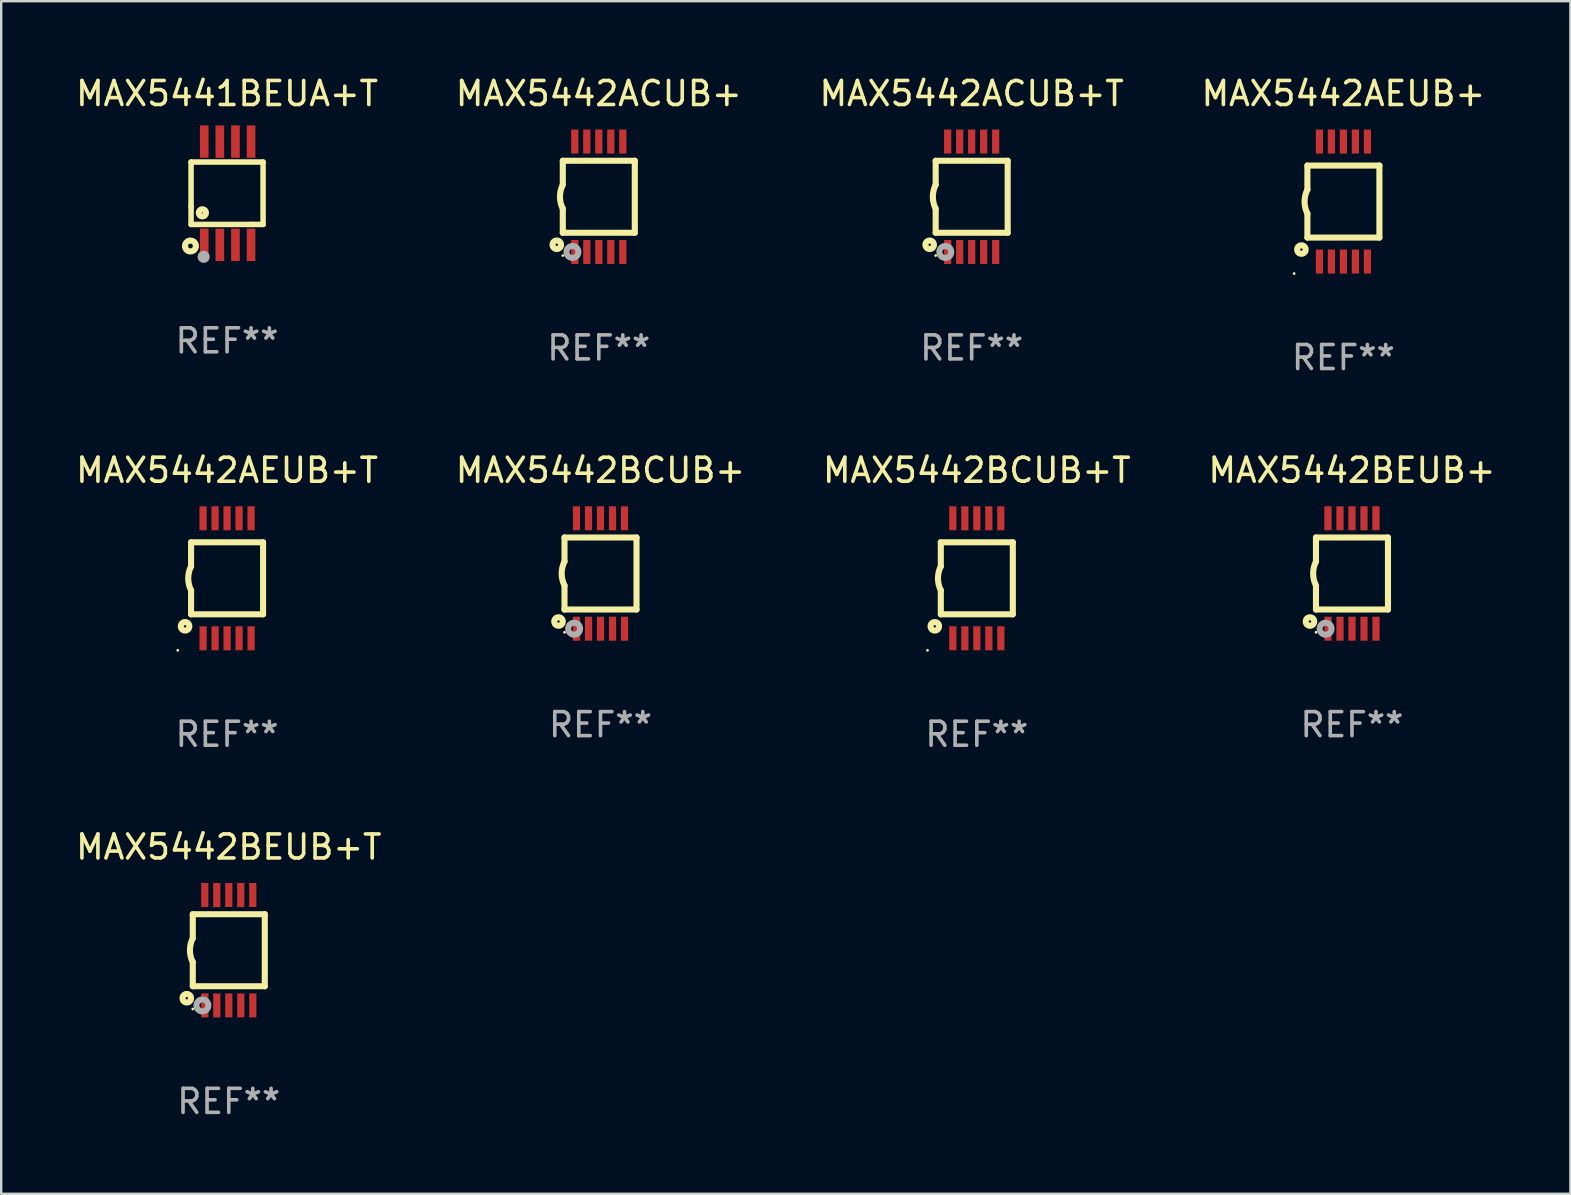
<source format=kicad_pcb>
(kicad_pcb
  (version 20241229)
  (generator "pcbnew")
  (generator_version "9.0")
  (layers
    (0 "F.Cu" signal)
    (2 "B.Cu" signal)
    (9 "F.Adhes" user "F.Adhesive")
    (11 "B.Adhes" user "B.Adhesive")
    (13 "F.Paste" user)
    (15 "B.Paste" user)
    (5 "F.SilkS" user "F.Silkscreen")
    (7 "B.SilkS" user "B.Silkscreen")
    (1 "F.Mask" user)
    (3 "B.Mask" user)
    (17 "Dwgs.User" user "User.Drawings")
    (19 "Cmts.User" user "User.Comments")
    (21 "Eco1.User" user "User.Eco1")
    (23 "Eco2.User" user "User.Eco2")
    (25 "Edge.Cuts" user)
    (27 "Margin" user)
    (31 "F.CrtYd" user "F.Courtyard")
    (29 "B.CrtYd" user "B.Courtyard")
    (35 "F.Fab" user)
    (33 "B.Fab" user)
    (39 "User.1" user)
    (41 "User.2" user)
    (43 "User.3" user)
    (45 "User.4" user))
  (footprint "MAX5442ACUB+T"
    (layer "F.Cu")
    (at 37.435 5.148)
    (property "Reference" "MAX5442ACUB+T" (at 0 -4.3 0) (layer "F.SilkS") (effects (font (size 1 1) (thickness 0.15))))
    (attr through_hole)
    (fp_line (start -1.5 -1.5) (end -1.5 -0.5) (stroke (width 0.254) (type solid)) (layer "F.SilkS"))
    (fp_line (start -1.5 1.5) (end -1.5 0.5) (stroke (width 0.254) (type solid)) (layer "F.SilkS"))
    (fp_line (start -1.5 1.5) (end 1.5 1.5) (stroke (width 0.254) (type solid)) (layer "F.SilkS"))
    (fp_line (start 1.5 1.5) (end 1.5 -1.5) (stroke (width 0.254) (type solid)) (layer "F.SilkS"))
    (fp_line (start 1.5 -1.5) (end -1.5 -1.5) (stroke (width 0.254) (type solid)) (layer "F.SilkS"))
    (fp_arc (start -1.500165 0.5) (mid -1.618199 0) (end -1.500165 -0.5) (stroke (width 0.254001) (type solid)) (layer "F.SilkS"))
    (fp_circle (center -1.75 2) (end -1.573 2) (stroke (width 0.254) (type solid)) (fill no) (layer "F.SilkS"))
    (fp_circle (center -1.499 2.45) (end -1.469 2.45) (stroke (width 0.06) (type solid)) (fill no) (layer "F.SilkS"))
    (fp_circle (center -1.099 2.3) (end -0.975 2.3) (stroke (width 0.25) (type solid)) (fill no) (layer "F.Fab"))
    (fp_text user "REF**" (at 0 6.3 0) (layer "F.Fab") (effects (font (size 1 1) (thickness 0.15))))
    (pad "1" smd rect (at -0.999 2.3 180) (size 0.3 1) (layers "F.Cu" "F.Mask" "F.Paste"))
    (pad "2" smd rect (at -0.499 2.3 180) (size 0.3 1) (layers "F.Cu" "F.Mask" "F.Paste"))
    (pad "3" smd rect (at 0.001 2.3 180) (size 0.3 1) (layers "F.Cu" "F.Mask" "F.Paste"))
    (pad "4" smd rect (at 0.501 2.3 180) (size 0.3 1) (layers "F.Cu" "F.Mask" "F.Paste"))
    (pad "5" smd rect (at 1.001 2.3 180) (size 0.3 1) (layers "F.Cu" "F.Mask" "F.Paste"))
    (pad "6" smd rect (at 1 -2.3 180) (size 0.3 1) (layers "F.Cu" "F.Mask" "F.Paste"))
    (pad "7" smd rect (at 0.5 -2.3 180) (size 0.3 1) (layers "F.Cu" "F.Mask" "F.Paste"))
    (pad "8" smd rect (at -0.000165 -2.3 180) (size 0.3 1) (layers "F.Cu" "F.Mask" "F.Paste"))
    (pad "9" smd rect (at -0.5 -2.3 180) (size 0.3 1) (layers "F.Cu" "F.Mask" "F.Paste"))
    (pad "10" smd rect (at -1 -2.3 180) (size 0.3 1) (layers "F.Cu" "F.Mask" "F.Paste")))
  (footprint "MAX5441BEUA+T"
    (layer "F.Cu")
    (at 6.411 5)
    (property "Reference" "MAX5441BEUA+T" (at 0 -4.152 0) (layer "F.SilkS") (effects (font (size 1 1) (thickness 0.15))))
    (attr through_hole)
    (fp_line (start -1.5 1.301) (end 1 1.301) (stroke (width 0.229) (type solid)) (layer "F.SilkS"))
    (fp_line (start -1.5 -1.299) (end -1.5 0.551) (stroke (width 0.229) (type solid)) (layer "F.SilkS"))
    (fp_line (start -1.5 0.551) (end -1.5 1.301) (stroke (width 0.229) (type solid)) (layer "F.SilkS"))
    (fp_line (start 1 1.301) (end 1.5 1.301) (stroke (width 0.229) (type solid)) (layer "F.SilkS"))
    (fp_line (start 1.5 1.301) (end 1.5 -1.299) (stroke (width 0.229) (type solid)) (layer "F.SilkS"))
    (fp_line (start 1.5 -1.299) (end -1.5 -1.299) (stroke (width 0.229) (type solid)) (layer "F.SilkS"))
    (fp_circle (center -1.526 2.2) (end -1.426 2.2) (stroke (width 0.254) (type solid)) (fill no) (layer "F.SilkS"))
    (fp_circle (center -1.476 2.45) (end -1.446 2.45) (stroke (width 0.06) (type solid)) (fill no) (layer "F.SilkS"))
    (fp_circle (center -1.028 0.817) (end -0.878 0.817) (stroke (width 0.254) (type solid)) (fill no) (layer "F.SilkS"))
    (fp_circle (center -0.976 2.65) (end -0.849 2.65) (stroke (width 0.254) (type solid)) (fill no) (layer "F.Fab"))
    (fp_text user "REF**" (at 0 6.152 0) (layer "F.Fab") (effects (font (size 1 1) (thickness 0.15))))
    (pad "1" smd rect (at -0.951 2.15) (size 0.36 1.35) (layers "F.Cu" "F.Mask" "F.Paste"))
    (pad "2" smd rect (at -0.301 2.152) (size 0.36 1.35) (layers "F.Cu" "F.Mask" "F.Paste"))
    (pad "3" smd rect (at 0.349 2.151) (size 0.36 1.35) (layers "F.Cu" "F.Mask" "F.Paste"))
    (pad "4" smd rect (at 0.999 2.152) (size 0.36 1.35) (layers "F.Cu" "F.Mask" "F.Paste"))
    (pad "5" smd rect (at 0.999 -2.149) (size 0.36 1.35) (layers "F.Cu" "F.Mask" "F.Paste"))
    (pad "6" smd rect (at 0.349 -2.152) (size 0.36 1.35) (layers "F.Cu" "F.Mask" "F.Paste"))
    (pad "7" smd rect (at -0.301 -2.149) (size 0.36 1.35) (layers "F.Cu" "F.Mask" "F.Paste"))
    (pad "8" smd rect (at -0.951 -2.152) (size 0.36 1.35) (layers "F.Cu" "F.Mask" "F.Paste")))
  (footprint "MAX5442ACUB+"
    (layer "F.Cu")
    (at 21.899 5.148)
    (property "Reference" "MAX5442ACUB+" (at 0 -4.3 0) (layer "F.SilkS") (effects (font (size 1 1) (thickness 0.15))))
    (attr through_hole)
    (fp_line (start -1.5 -1.5) (end -1.5 -0.5) (stroke (width 0.254) (type solid)) (layer "F.SilkS"))
    (fp_line (start -1.5 1.5) (end -1.5 0.5) (stroke (width 0.254) (type solid)) (layer "F.SilkS"))
    (fp_line (start -1.5 1.5) (end 1.5 1.5) (stroke (width 0.254) (type solid)) (layer "F.SilkS"))
    (fp_line (start 1.5 1.5) (end 1.5 -1.5) (stroke (width 0.254) (type solid)) (layer "F.SilkS"))
    (fp_line (start 1.5 -1.5) (end -1.5 -1.5) (stroke (width 0.254) (type solid)) (layer "F.SilkS"))
    (fp_arc (start -1.500165 0.5) (mid -1.618199 0) (end -1.500165 -0.5) (stroke (width 0.254001) (type solid)) (layer "F.SilkS"))
    (fp_circle (center -1.75 2) (end -1.573 2) (stroke (width 0.254) (type solid)) (fill no) (layer "F.SilkS"))
    (fp_circle (center -1.499 2.45) (end -1.469 2.45) (stroke (width 0.06) (type solid)) (fill no) (layer "F.SilkS"))
    (fp_circle (center -1.099 2.3) (end -0.975 2.3) (stroke (width 0.25) (type solid)) (fill no) (layer "F.Fab"))
    (fp_text user "REF**" (at 0 6.3 0) (layer "F.Fab") (effects (font (size 1 1) (thickness 0.15))))
    (pad "1" smd rect (at -0.999 2.3 180) (size 0.3 1) (layers "F.Cu" "F.Mask" "F.Paste"))
    (pad "2" smd rect (at -0.499 2.3 180) (size 0.3 1) (layers "F.Cu" "F.Mask" "F.Paste"))
    (pad "3" smd rect (at 0.001 2.3 180) (size 0.3 1) (layers "F.Cu" "F.Mask" "F.Paste"))
    (pad "4" smd rect (at 0.501 2.3 180) (size 0.3 1) (layers "F.Cu" "F.Mask" "F.Paste"))
    (pad "5" smd rect (at 1.001 2.3 180) (size 0.3 1) (layers "F.Cu" "F.Mask" "F.Paste"))
    (pad "6" smd rect (at 1 -2.3 180) (size 0.3 1) (layers "F.Cu" "F.Mask" "F.Paste"))
    (pad "7" smd rect (at 0.5 -2.3 180) (size 0.3 1) (layers "F.Cu" "F.Mask" "F.Paste"))
    (pad "8" smd rect (at -0.000165 -2.3 180) (size 0.3 1) (layers "F.Cu" "F.Mask" "F.Paste"))
    (pad "9" smd rect (at -0.5 -2.3 180) (size 0.3 1) (layers "F.Cu" "F.Mask" "F.Paste"))
    (pad "10" smd rect (at -1 -2.3 180) (size 0.3 1) (layers "F.Cu" "F.Mask" "F.Paste")))
  (footprint "MAX5442AEUB+T"
    (layer "F.Cu")
    (at 6.411 21.045)
    (property "Reference" "MAX5442AEUB+T" (at 0 -4.5 0) (layer "F.SilkS") (effects (font (size 1 1) (thickness 0.15))))
    (attr through_hole)
    (fp_line (start -1.5 -1.5) (end -1.5 -0.5) (stroke (width 0.254) (type solid)) (layer "F.SilkS"))
    (fp_line (start -1.5 1.5) (end -1.5 0.5) (stroke (width 0.254) (type solid)) (layer "F.SilkS"))
    (fp_line (start -1.5 1.5) (end 1.5 1.5) (stroke (width 0.254) (type solid)) (layer "F.SilkS"))
    (fp_line (start 1.5 1.5) (end 1.5 -1.5) (stroke (width 0.254) (type solid)) (layer "F.SilkS"))
    (fp_line (start 1.5 -1.5) (end -1.5 -1.5) (stroke (width 0.254) (type solid)) (layer "F.SilkS"))
    (fp_arc (start -1.500165 0.499873) (mid -1.618199 -0.000127) (end -1.500165 -0.500127) (stroke (width 0.254001) (type solid)) (layer "F.SilkS"))
    (fp_circle (center -2.054 3) (end -2.024 3) (stroke (width 0.06) (type solid)) (fill no) (layer "F.SilkS"))
    (fp_circle (center -1.75 2) (end -1.573 2) (stroke (width 0.254) (type solid)) (fill no) (layer "F.SilkS"))
    (fp_text user "REF**" (at 0 6.5 0) (layer "F.Fab") (effects (font (size 1 1) (thickness 0.15))))
    (pad "1" smd rect (at -0.999 2.5 180) (size 0.3 1) (layers "F.Cu" "F.Mask" "F.Paste"))
    (pad "2" smd rect (at -0.499 2.5 180) (size 0.3 1) (layers "F.Cu" "F.Mask" "F.Paste"))
    (pad "3" smd rect (at 0.001 2.5 180) (size 0.3 1) (layers "F.Cu" "F.Mask" "F.Paste"))
    (pad "4" smd rect (at 0.501 2.5 180) (size 0.3 1) (layers "F.Cu" "F.Mask" "F.Paste"))
    (pad "5" smd rect (at 1.001 2.5 180) (size 0.3 1) (layers "F.Cu" "F.Mask" "F.Paste"))
    (pad "6" smd rect (at 1 -2.5 180) (size 0.3 1) (layers "F.Cu" "F.Mask" "F.Paste"))
    (pad "7" smd rect (at 0.5 -2.5 180) (size 0.3 1) (layers "F.Cu" "F.Mask" "F.Paste"))
    (pad "8" smd rect (at -0.000165 -2.5 180) (size 0.3 1) (layers "F.Cu" "F.Mask" "F.Paste"))
    (pad "9" smd rect (at -0.5 -2.5 180) (size 0.3 1) (layers "F.Cu" "F.Mask" "F.Paste"))
    (pad "10" smd rect (at -1 -2.5 180) (size 0.3 1) (layers "F.Cu" "F.Mask" "F.Paste")))
  (footprint "MAX5442BEUB+"
    (layer "F.Cu")
    (at 53.28 20.845)
    (property "Reference" "MAX5442BEUB+" (at 0 -4.3 0) (layer "F.SilkS") (effects (font (size 1 1) (thickness 0.15))))
    (attr through_hole)
    (fp_line (start -1.5 -1.5) (end -1.5 -0.5) (stroke (width 0.254) (type solid)) (layer "F.SilkS"))
    (fp_line (start -1.5 1.5) (end -1.5 0.5) (stroke (width 0.254) (type solid)) (layer "F.SilkS"))
    (fp_line (start -1.5 1.5) (end 1.5 1.5) (stroke (width 0.254) (type solid)) (layer "F.SilkS"))
    (fp_line (start 1.5 1.5) (end 1.5 -1.5) (stroke (width 0.254) (type solid)) (layer "F.SilkS"))
    (fp_line (start 1.5 -1.5) (end -1.5 -1.5) (stroke (width 0.254) (type solid)) (layer "F.SilkS"))
    (fp_arc (start -1.500165 0.5) (mid -1.618199 0) (end -1.500165 -0.5) (stroke (width 0.254001) (type solid)) (layer "F.SilkS"))
    (fp_circle (center -1.75 2) (end -1.573 2) (stroke (width 0.254) (type solid)) (fill no) (layer "F.SilkS"))
    (fp_circle (center -1.499 2.45) (end -1.469 2.45) (stroke (width 0.06) (type solid)) (fill no) (layer "F.SilkS"))
    (fp_circle (center -1.099 2.3) (end -0.975 2.3) (stroke (width 0.25) (type solid)) (fill no) (layer "F.Fab"))
    (fp_text user "REF**" (at 0 6.3 0) (layer "F.Fab") (effects (font (size 1 1) (thickness 0.15))))
    (pad "1" smd rect (at -0.999 2.3 180) (size 0.3 1) (layers "F.Cu" "F.Mask" "F.Paste"))
    (pad "2" smd rect (at -0.499 2.3 180) (size 0.3 1) (layers "F.Cu" "F.Mask" "F.Paste"))
    (pad "3" smd rect (at 0.001 2.3 180) (size 0.3 1) (layers "F.Cu" "F.Mask" "F.Paste"))
    (pad "4" smd rect (at 0.501 2.3 180) (size 0.3 1) (layers "F.Cu" "F.Mask" "F.Paste"))
    (pad "5" smd rect (at 1.001 2.3 180) (size 0.3 1) (layers "F.Cu" "F.Mask" "F.Paste"))
    (pad "6" smd rect (at 1 -2.3 180) (size 0.3 1) (layers "F.Cu" "F.Mask" "F.Paste"))
    (pad "7" smd rect (at 0.5 -2.3 180) (size 0.3 1) (layers "F.Cu" "F.Mask" "F.Paste"))
    (pad "8" smd rect (at -0.000165 -2.3 180) (size 0.3 1) (layers "F.Cu" "F.Mask" "F.Paste"))
    (pad "9" smd rect (at -0.5 -2.3 180) (size 0.3 1) (layers "F.Cu" "F.Mask" "F.Paste"))
    (pad "10" smd rect (at -1 -2.3 180) (size 0.3 1) (layers "F.Cu" "F.Mask" "F.Paste")))
  (footprint "MAX5442BCUB+T"
    (layer "F.Cu")
    (at 37.649 21.045)
    (property "Reference" "MAX5442BCUB+T" (at 0 -4.5 0) (layer "F.SilkS") (effects (font (size 1 1) (thickness 0.15))))
    (attr through_hole)
    (fp_line (start -1.5 -1.5) (end -1.5 -0.5) (stroke (width 0.254) (type solid)) (layer "F.SilkS"))
    (fp_line (start -1.5 1.5) (end -1.5 0.5) (stroke (width 0.254) (type solid)) (layer "F.SilkS"))
    (fp_line (start -1.5 1.5) (end 1.5 1.5) (stroke (width 0.254) (type solid)) (layer "F.SilkS"))
    (fp_line (start 1.5 1.5) (end 1.5 -1.5) (stroke (width 0.254) (type solid)) (layer "F.SilkS"))
    (fp_line (start 1.5 -1.5) (end -1.5 -1.5) (stroke (width 0.254) (type solid)) (layer "F.SilkS"))
    (fp_arc (start -1.500165 0.499873) (mid -1.618199 -0.000127) (end -1.500165 -0.500127) (stroke (width 0.254001) (type solid)) (layer "F.SilkS"))
    (fp_circle (center -2.054 3) (end -2.024 3) (stroke (width 0.06) (type solid)) (fill no) (layer "F.SilkS"))
    (fp_circle (center -1.75 2) (end -1.573 2) (stroke (width 0.254) (type solid)) (fill no) (layer "F.SilkS"))
    (fp_text user "REF**" (at 0 6.5 0) (layer "F.Fab") (effects (font (size 1 1) (thickness 0.15))))
    (pad "1" smd rect (at -0.999 2.5 180) (size 0.3 1) (layers "F.Cu" "F.Mask" "F.Paste"))
    (pad "2" smd rect (at -0.499 2.5 180) (size 0.3 1) (layers "F.Cu" "F.Mask" "F.Paste"))
    (pad "3" smd rect (at 0.001 2.5 180) (size 0.3 1) (layers "F.Cu" "F.Mask" "F.Paste"))
    (pad "4" smd rect (at 0.501 2.5 180) (size 0.3 1) (layers "F.Cu" "F.Mask" "F.Paste"))
    (pad "5" smd rect (at 1.001 2.5 180) (size 0.3 1) (layers "F.Cu" "F.Mask" "F.Paste"))
    (pad "6" smd rect (at 1 -2.5 180) (size 0.3 1) (layers "F.Cu" "F.Mask" "F.Paste"))
    (pad "7" smd rect (at 0.5 -2.5 180) (size 0.3 1) (layers "F.Cu" "F.Mask" "F.Paste"))
    (pad "8" smd rect (at -0.000165 -2.5 180) (size 0.3 1) (layers "F.Cu" "F.Mask" "F.Paste"))
    (pad "9" smd rect (at -0.5 -2.5 180) (size 0.3 1) (layers "F.Cu" "F.Mask" "F.Paste"))
    (pad "10" smd rect (at -1 -2.5 180) (size 0.3 1) (layers "F.Cu" "F.Mask" "F.Paste")))
  (footprint "MAX5442BEUB+T"
    (layer "F.Cu")
    (at 6.482 36.541)
    (property "Reference" "MAX5442BEUB+T" (at 0 -4.3 0) (layer "F.SilkS") (effects (font (size 1 1) (thickness 0.15))))
    (attr through_hole)
    (fp_line (start -1.5 -1.5) (end -1.5 -0.5) (stroke (width 0.254) (type solid)) (layer "F.SilkS"))
    (fp_line (start -1.5 1.5) (end -1.5 0.5) (stroke (width 0.254) (type solid)) (layer "F.SilkS"))
    (fp_line (start -1.5 1.5) (end 1.5 1.5) (stroke (width 0.254) (type solid)) (layer "F.SilkS"))
    (fp_line (start 1.5 1.5) (end 1.5 -1.5) (stroke (width 0.254) (type solid)) (layer "F.SilkS"))
    (fp_line (start 1.5 -1.5) (end -1.5 -1.5) (stroke (width 0.254) (type solid)) (layer "F.SilkS"))
    (fp_arc (start -1.500165 0.5) (mid -1.618199 0) (end -1.500165 -0.5) (stroke (width 0.254001) (type solid)) (layer "F.SilkS"))
    (fp_circle (center -1.75 2) (end -1.573 2) (stroke (width 0.254) (type solid)) (fill no) (layer "F.SilkS"))
    (fp_circle (center -1.499 2.45) (end -1.469 2.45) (stroke (width 0.06) (type solid)) (fill no) (layer "F.SilkS"))
    (fp_circle (center -1.099 2.3) (end -0.975 2.3) (stroke (width 0.25) (type solid)) (fill no) (layer "F.Fab"))
    (fp_text user "REF**" (at 0 6.3 0) (layer "F.Fab") (effects (font (size 1 1) (thickness 0.15))))
    (pad "1" smd rect (at -0.999 2.3 180) (size 0.3 1) (layers "F.Cu" "F.Mask" "F.Paste"))
    (pad "2" smd rect (at -0.499 2.3 180) (size 0.3 1) (layers "F.Cu" "F.Mask" "F.Paste"))
    (pad "3" smd rect (at 0.001 2.3 180) (size 0.3 1) (layers "F.Cu" "F.Mask" "F.Paste"))
    (pad "4" smd rect (at 0.501 2.3 180) (size 0.3 1) (layers "F.Cu" "F.Mask" "F.Paste"))
    (pad "5" smd rect (at 1.001 2.3 180) (size 0.3 1) (layers "F.Cu" "F.Mask" "F.Paste"))
    (pad "6" smd rect (at 1 -2.3 180) (size 0.3 1) (layers "F.Cu" "F.Mask" "F.Paste"))
    (pad "7" smd rect (at 0.5 -2.3 180) (size 0.3 1) (layers "F.Cu" "F.Mask" "F.Paste"))
    (pad "8" smd rect (at -0.000165 -2.3 180) (size 0.3 1) (layers "F.Cu" "F.Mask" "F.Paste"))
    (pad "9" smd rect (at -0.5 -2.3 180) (size 0.3 1) (layers "F.Cu" "F.Mask" "F.Paste"))
    (pad "10" smd rect (at -1 -2.3 180) (size 0.3 1) (layers "F.Cu" "F.Mask" "F.Paste")))
  (footprint "MAX5442BCUB+"
    (layer "F.Cu")
    (at 21.97 20.845)
    (property "Reference" "MAX5442BCUB+" (at 0 -4.3 0) (layer "F.SilkS") (effects (font (size 1 1) (thickness 0.15))))
    (attr through_hole)
    (fp_line (start -1.5 -1.5) (end -1.5 -0.5) (stroke (width 0.254) (type solid)) (layer "F.SilkS"))
    (fp_line (start -1.5 1.5) (end -1.5 0.5) (stroke (width 0.254) (type solid)) (layer "F.SilkS"))
    (fp_line (start -1.5 1.5) (end 1.5 1.5) (stroke (width 0.254) (type solid)) (layer "F.SilkS"))
    (fp_line (start 1.5 1.5) (end 1.5 -1.5) (stroke (width 0.254) (type solid)) (layer "F.SilkS"))
    (fp_line (start 1.5 -1.5) (end -1.5 -1.5) (stroke (width 0.254) (type solid)) (layer "F.SilkS"))
    (fp_arc (start -1.500165 0.5) (mid -1.618199 0) (end -1.500165 -0.5) (stroke (width 0.254001) (type solid)) (layer "F.SilkS"))
    (fp_circle (center -1.75 2) (end -1.573 2) (stroke (width 0.254) (type solid)) (fill no) (layer "F.SilkS"))
    (fp_circle (center -1.499 2.45) (end -1.469 2.45) (stroke (width 0.06) (type solid)) (fill no) (layer "F.SilkS"))
    (fp_circle (center -1.099 2.3) (end -0.975 2.3) (stroke (width 0.25) (type solid)) (fill no) (layer "F.Fab"))
    (fp_text user "REF**" (at 0 6.3 0) (layer "F.Fab") (effects (font (size 1 1) (thickness 0.15))))
    (pad "1" smd rect (at -0.999 2.3 180) (size 0.3 1) (layers "F.Cu" "F.Mask" "F.Paste"))
    (pad "2" smd rect (at -0.499 2.3 180) (size 0.3 1) (layers "F.Cu" "F.Mask" "F.Paste"))
    (pad "3" smd rect (at 0.001 2.3 180) (size 0.3 1) (layers "F.Cu" "F.Mask" "F.Paste"))
    (pad "4" smd rect (at 0.501 2.3 180) (size 0.3 1) (layers "F.Cu" "F.Mask" "F.Paste"))
    (pad "5" smd rect (at 1.001 2.3 180) (size 0.3 1) (layers "F.Cu" "F.Mask" "F.Paste"))
    (pad "6" smd rect (at 1 -2.3 180) (size 0.3 1) (layers "F.Cu" "F.Mask" "F.Paste"))
    (pad "7" smd rect (at 0.5 -2.3 180) (size 0.3 1) (layers "F.Cu" "F.Mask" "F.Paste"))
    (pad "8" smd rect (at -0.000165 -2.3 180) (size 0.3 1) (layers "F.Cu" "F.Mask" "F.Paste"))
    (pad "9" smd rect (at -0.5 -2.3 180) (size 0.3 1) (layers "F.Cu" "F.Mask" "F.Paste"))
    (pad "10" smd rect (at -1 -2.3 180) (size 0.3 1) (layers "F.Cu" "F.Mask" "F.Paste")))
  (footprint "MAX5442AEUB+"
    (layer "F.Cu")
    (at 52.923 5.348)
    (property "Reference" "MAX5442AEUB+" (at 0 -4.5 0) (layer "F.SilkS") (effects (font (size 1 1) (thickness 0.15))))
    (attr through_hole)
    (fp_line (start -1.5 -1.5) (end -1.5 -0.5) (stroke (width 0.254) (type solid)) (layer "F.SilkS"))
    (fp_line (start -1.5 1.5) (end -1.5 0.5) (stroke (width 0.254) (type solid)) (layer "F.SilkS"))
    (fp_line (start -1.5 1.5) (end 1.5 1.5) (stroke (width 0.254) (type solid)) (layer "F.SilkS"))
    (fp_line (start 1.5 1.5) (end 1.5 -1.5) (stroke (width 0.254) (type solid)) (layer "F.SilkS"))
    (fp_line (start 1.5 -1.5) (end -1.5 -1.5) (stroke (width 0.254) (type solid)) (layer "F.SilkS"))
    (fp_arc (start -1.500165 0.499873) (mid -1.618199 -0.000127) (end -1.500165 -0.500127) (stroke (width 0.254001) (type solid)) (layer "F.SilkS"))
    (fp_circle (center -2.054 3) (end -2.024 3) (stroke (width 0.06) (type solid)) (fill no) (layer "F.SilkS"))
    (fp_circle (center -1.75 2) (end -1.573 2) (stroke (width 0.254) (type solid)) (fill no) (layer "F.SilkS"))
    (fp_text user "REF**" (at 0 6.5 0) (layer "F.Fab") (effects (font (size 1 1) (thickness 0.15))))
    (pad "1" smd rect (at -0.999 2.5 180) (size 0.3 1) (layers "F.Cu" "F.Mask" "F.Paste"))
    (pad "2" smd rect (at -0.499 2.5 180) (size 0.3 1) (layers "F.Cu" "F.Mask" "F.Paste"))
    (pad "3" smd rect (at 0.001 2.5 180) (size 0.3 1) (layers "F.Cu" "F.Mask" "F.Paste"))
    (pad "4" smd rect (at 0.501 2.5 180) (size 0.3 1) (layers "F.Cu" "F.Mask" "F.Paste"))
    (pad "5" smd rect (at 1.001 2.5 180) (size 0.3 1) (layers "F.Cu" "F.Mask" "F.Paste"))
    (pad "6" smd rect (at 1 -2.5 180) (size 0.3 1) (layers "F.Cu" "F.Mask" "F.Paste"))
    (pad "7" smd rect (at 0.5 -2.5 180) (size 0.3 1) (layers "F.Cu" "F.Mask" "F.Paste"))
    (pad "8" smd rect (at -0.000165 -2.5 180) (size 0.3 1) (layers "F.Cu" "F.Mask" "F.Paste"))
    (pad "9" smd rect (at -0.5 -2.5 180) (size 0.3 1) (layers "F.Cu" "F.Mask" "F.Paste"))
    (pad "10" smd rect (at -1 -2.5 180) (size 0.3 1) (layers "F.Cu" "F.Mask" "F.Paste")))
  (gr_rect
    (start -3 -3)
    (end 62.381 46.689)
    (stroke (width 0.1) (type default))
    (fill no)
    (layer "Edge.Cuts")))
</source>
